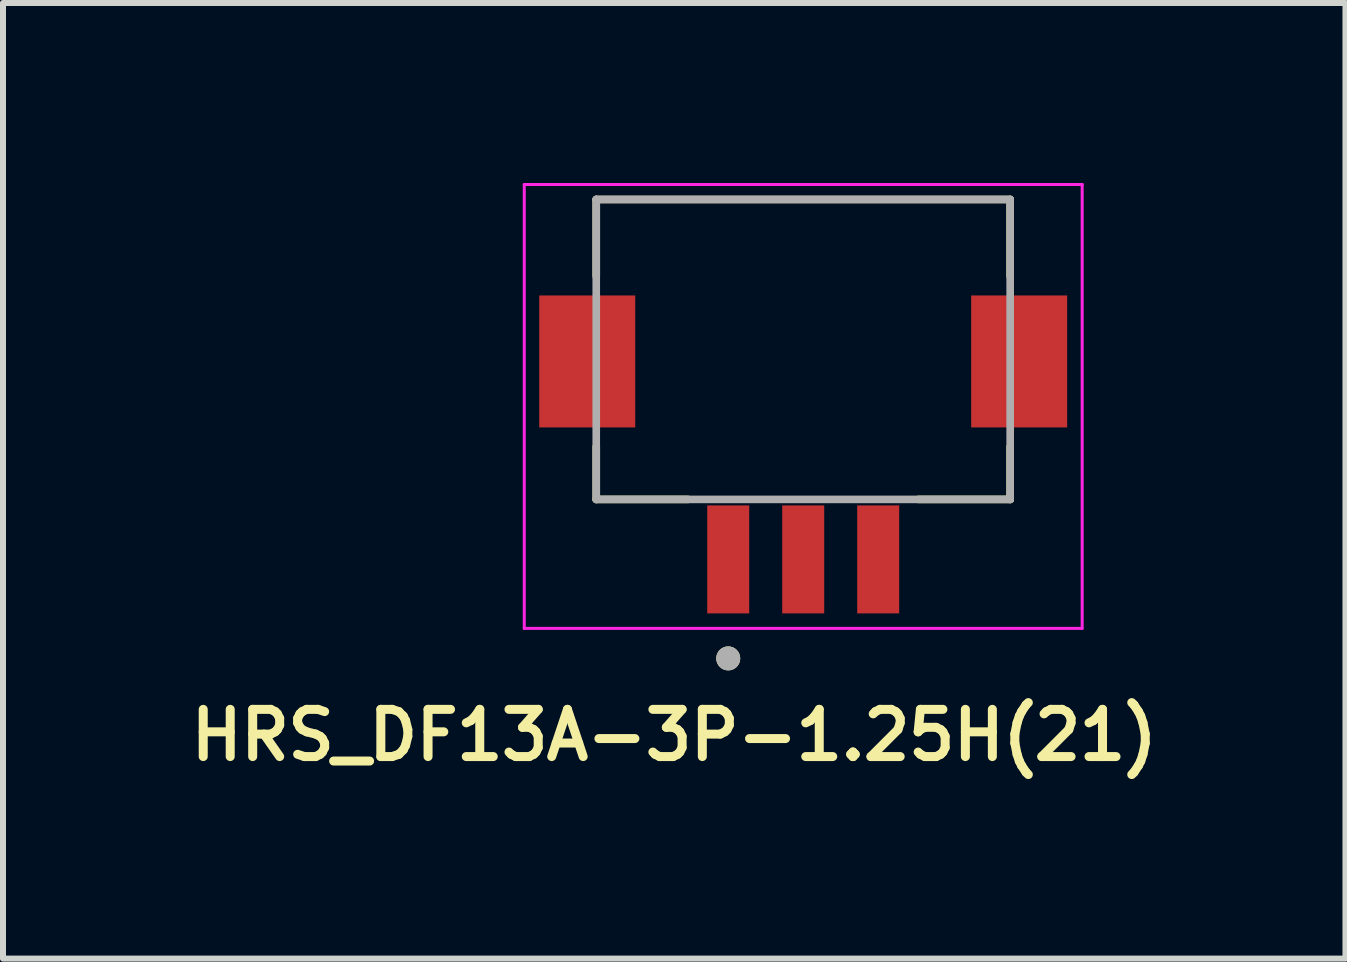
<source format=kicad_pcb>
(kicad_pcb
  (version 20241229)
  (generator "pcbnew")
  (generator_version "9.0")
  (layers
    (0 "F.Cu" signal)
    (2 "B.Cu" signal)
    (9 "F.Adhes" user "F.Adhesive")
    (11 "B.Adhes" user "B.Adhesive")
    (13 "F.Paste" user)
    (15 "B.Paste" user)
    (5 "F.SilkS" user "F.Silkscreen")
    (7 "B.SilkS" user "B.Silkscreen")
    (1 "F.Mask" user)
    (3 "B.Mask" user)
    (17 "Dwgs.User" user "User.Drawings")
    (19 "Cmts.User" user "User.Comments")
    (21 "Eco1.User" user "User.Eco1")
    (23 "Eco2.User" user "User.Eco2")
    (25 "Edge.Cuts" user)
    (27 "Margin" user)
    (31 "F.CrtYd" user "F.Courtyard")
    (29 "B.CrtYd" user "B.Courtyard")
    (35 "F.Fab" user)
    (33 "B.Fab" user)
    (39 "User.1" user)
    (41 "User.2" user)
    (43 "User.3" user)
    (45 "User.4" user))
  (footprint "HRS_DF13A-3P-1.25H(21)"
    (layer "F.Cu")
    (at 10.339 2.975)
    (property "Reference" "HRS_DF13A-3P-1.25H(21)" (at -2.15 6.23 0) (layer "F.SilkS") (effects (font (size 0.787 0.787) (thickness 0.15))))
    (attr smd)
    (fp_line (start -3.45 -2.7) (end -3.45 -1.42) (stroke (width 0.127) (type solid)) (layer "F.SilkS"))
    (fp_line (start -3.45 2.3) (end -3.45 1.42) (stroke (width 0.127) (type solid)) (layer "F.SilkS"))
    (fp_line (start -3.45 2.3) (end -1.92 2.3) (stroke (width 0.127) (type solid)) (layer "F.SilkS"))
    (fp_line (start 1.92 2.3) (end 3.45 2.3) (stroke (width 0.127) (type solid)) (layer "F.SilkS"))
    (fp_line (start 3.45 -2.7) (end -3.45 -2.7) (stroke (width 0.127) (type solid)) (layer "F.SilkS"))
    (fp_line (start 3.45 -1.42) (end 3.45 -2.7) (stroke (width 0.127) (type solid)) (layer "F.SilkS"))
    (fp_line (start 3.45 2.3) (end 3.45 1.42) (stroke (width 0.127) (type solid)) (layer "F.SilkS"))
    (fp_circle (center -1.25 4.95) (end -1.15 4.95) (stroke (width 0.2) (type solid)) (fill no) (layer "F.SilkS"))
    (fp_line (start -4.65 -2.95) (end -4.65 4.45) (stroke (width 0.05) (type solid)) (layer "F.CrtYd"))
    (fp_line (start -4.65 4.45) (end 4.65 4.45) (stroke (width 0.05) (type solid)) (layer "F.CrtYd"))
    (fp_line (start 4.65 -2.95) (end -4.65 -2.95) (stroke (width 0.05) (type solid)) (layer "F.CrtYd"))
    (fp_line (start 4.65 4.45) (end 4.65 -2.95) (stroke (width 0.05) (type solid)) (layer "F.CrtYd"))
    (fp_line (start -3.45 -2.7) (end -3.45 2.3) (stroke (width 0.127) (type solid)) (layer "F.Fab"))
    (fp_line (start -3.45 2.3) (end 3.45 2.3) (stroke (width 0.127) (type solid)) (layer "F.Fab"))
    (fp_line (start 3.45 -2.7) (end -3.45 -2.7) (stroke (width 0.127) (type solid)) (layer "F.Fab"))
    (fp_line (start 3.45 2.3) (end 3.45 -2.7) (stroke (width 0.127) (type solid)) (layer "F.Fab"))
    (fp_circle (center -1.25 4.95) (end -1.15 4.95) (stroke (width 0.2) (type solid)) (fill no) (layer "F.Fab"))
    (pad "1" smd rect (at -1.25 3.3) (size 0.7 1.8) (layers "F.Cu" "F.Mask" "F.Paste"))
    (pad "2" smd rect (at 0 3.3) (size 0.7 1.8) (layers "F.Cu" "F.Mask" "F.Paste"))
    (pad "3" smd rect (at 1.25 3.3) (size 0.7 1.8) (layers "F.Cu" "F.Mask" "F.Paste"))
    (pad "S1" smd rect (at -3.6 0) (size 1.6 2.2) (layers "F.Cu" "F.Mask" "F.Paste"))
    (pad "S2" smd rect (at 3.6 0) (size 1.6 2.2) (layers "F.Cu" "F.Mask" "F.Paste")))
  (gr_rect
    (start -3 -3)
    (end 19.378 12.929)
    (stroke (width 0.1) (type default))
    (fill no)
    (layer "Edge.Cuts")))
</source>
